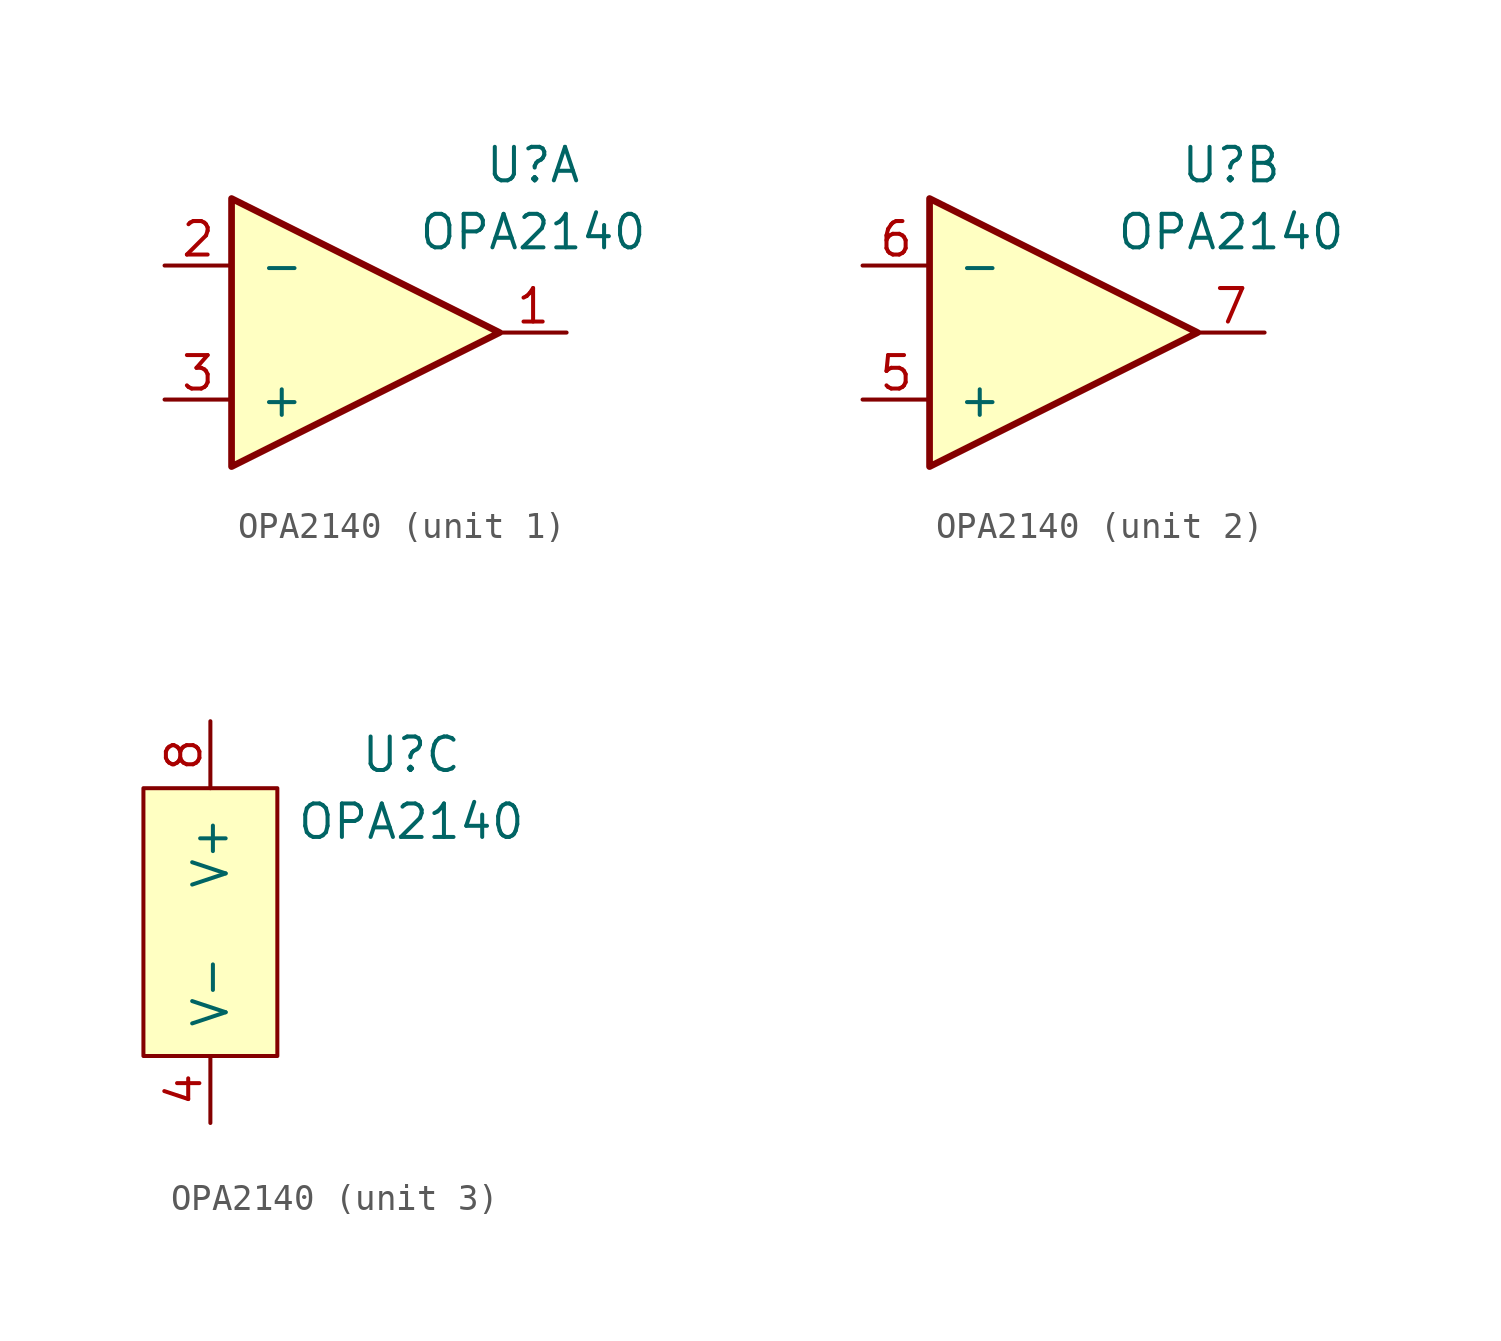
<source format=kicad_sym>
(kicad_symbol_lib
  (version 20220914)
  (generator kicad_symbol_editor)
  (symbol "OPA2140"
    (pin_names
      (offset 1.016))
    (property "Reference" "U"
      (at 7.62 6.35 0)
      (effects (font (size 1.27 1.27))))
    (property "Value" "OPA2140"
      (at 7.62 3.81 0)
      (effects (font (size 1.27 1.27))))
    (symbol "OPA2140_1_1"
      (polyline (pts (xy -3.81 5.08) (xy 6.35 0) (xy -3.81 -5.08) (xy -3.81 5.08)) (stroke (width 0.254) (type solid)) (fill (type background)))
      (pin output line (at 8.89 0 180) (length 2.54) (name "~" (effects (font (size 1.27 1.27)))) (number "1" (effects (font (size 1.27 1.27)))))
      (pin input line (at -6.35 2.54 0) (length 2.54) (name "-" (effects (font (size 1.27 1.27)))) (number "2" (effects (font (size 1.27 1.27)))))
      (pin input line (at -6.35 -2.54 0) (length 2.54) (name "+" (effects (font (size 1.27 1.27)))) (number "3" (effects (font (size 1.27 1.27))))))
    (symbol "OPA2140_2_1"
      (polyline (pts (xy -3.81 5.08) (xy 6.35 0) (xy -3.81 -5.08) (xy -3.81 5.08)) (stroke (width 0.254) (type solid)) (fill (type background)))
      (pin input line (at -6.35 -2.54 0) (length 2.54) (name "+" (effects (font (size 1.27 1.27)))) (number "5" (effects (font (size 1.27 1.27)))))
      (pin input line (at -6.35 2.54 0) (length 2.54) (name "-" (effects (font (size 1.27 1.27)))) (number "6" (effects (font (size 1.27 1.27)))))
      (pin output line (at 8.89 0 180) (length 2.54) (name "~" (effects (font (size 1.27 1.27)))) (number "7" (effects (font (size 1.27 1.27))))))
    (symbol "OPA2140_3_1"
      (rectangle (start -2.54 5.08) (end 2.54 -5.08) (stroke (width 0) (type solid)) (fill (type background)))
      (pin passive line (at 0 -7.62 90) (length 2.54) (name "V-" (effects (font (size 1.27 1.27)))) (number "4" (effects (font (size 1.27 1.27)))))
      (pin passive line (at 0 7.62 270) (length 2.54) (name "V+" (effects (font (size 1.27 1.27)))) (number "8" (effects (font (size 1.27 1.27))))))))
</source>
